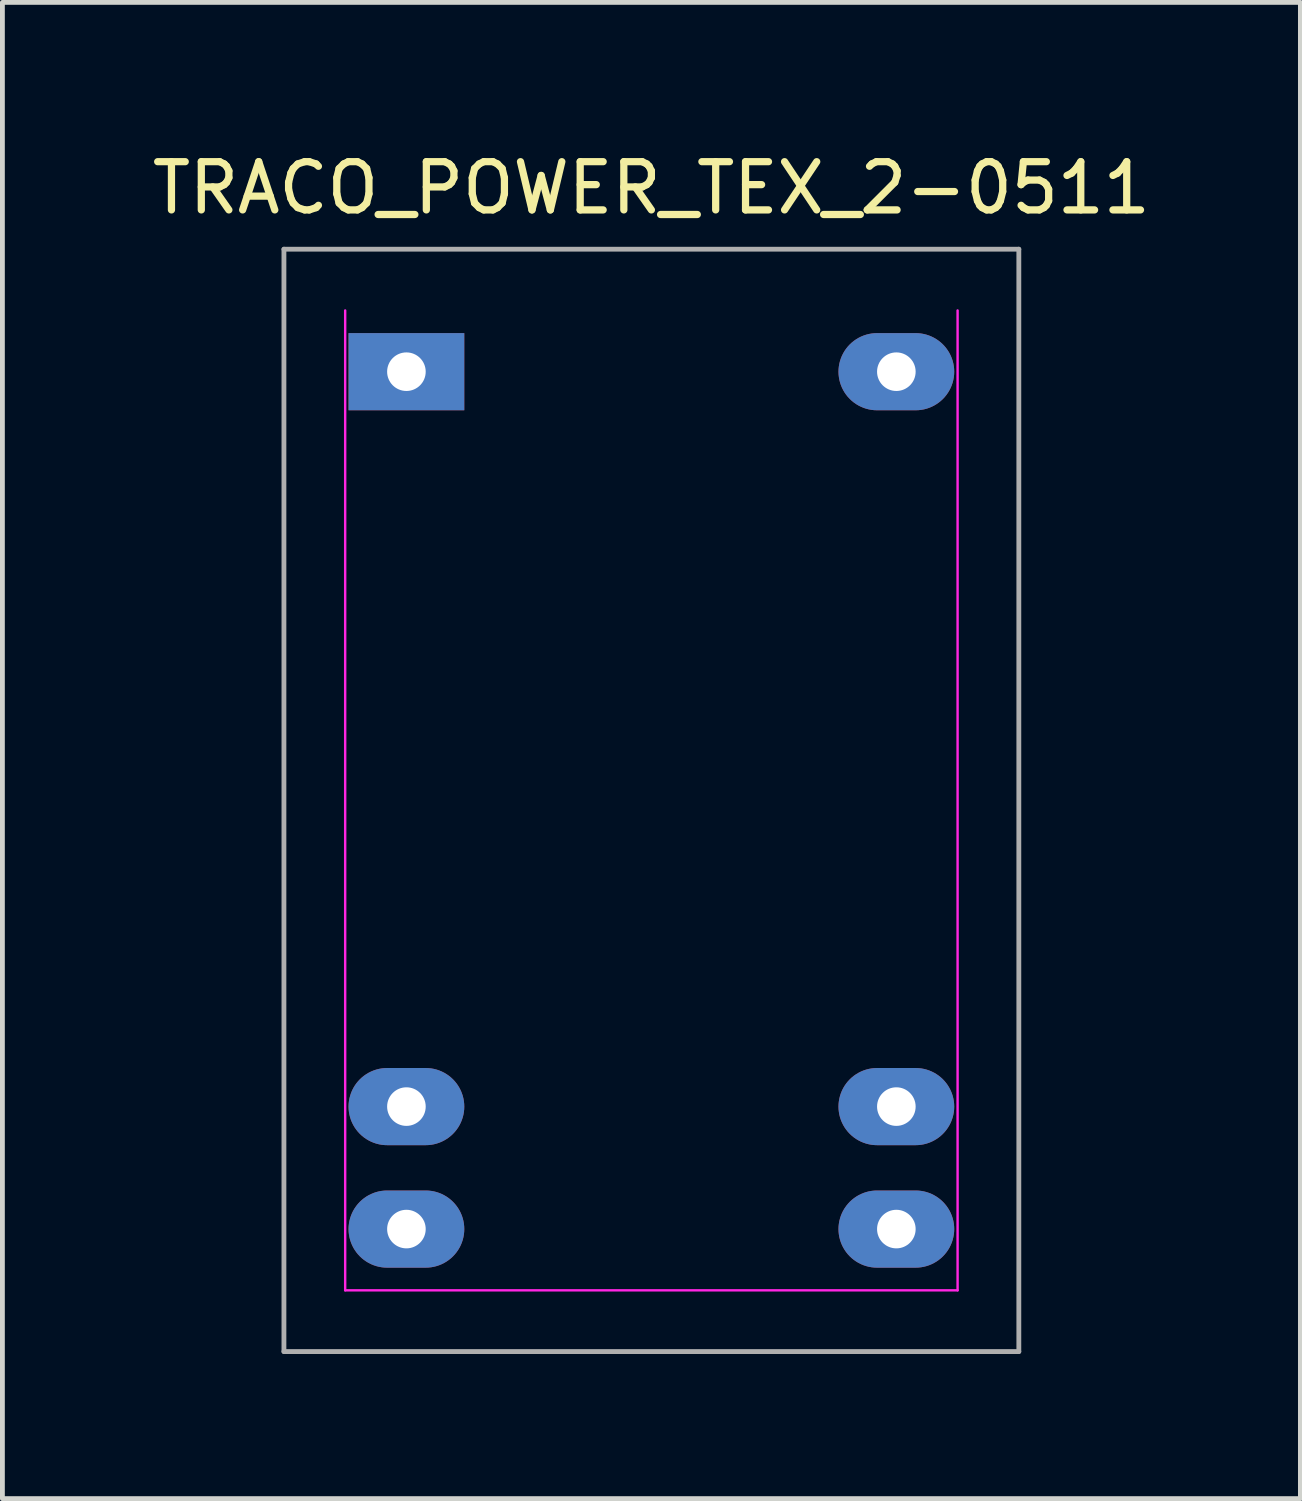
<source format=kicad_pcb>
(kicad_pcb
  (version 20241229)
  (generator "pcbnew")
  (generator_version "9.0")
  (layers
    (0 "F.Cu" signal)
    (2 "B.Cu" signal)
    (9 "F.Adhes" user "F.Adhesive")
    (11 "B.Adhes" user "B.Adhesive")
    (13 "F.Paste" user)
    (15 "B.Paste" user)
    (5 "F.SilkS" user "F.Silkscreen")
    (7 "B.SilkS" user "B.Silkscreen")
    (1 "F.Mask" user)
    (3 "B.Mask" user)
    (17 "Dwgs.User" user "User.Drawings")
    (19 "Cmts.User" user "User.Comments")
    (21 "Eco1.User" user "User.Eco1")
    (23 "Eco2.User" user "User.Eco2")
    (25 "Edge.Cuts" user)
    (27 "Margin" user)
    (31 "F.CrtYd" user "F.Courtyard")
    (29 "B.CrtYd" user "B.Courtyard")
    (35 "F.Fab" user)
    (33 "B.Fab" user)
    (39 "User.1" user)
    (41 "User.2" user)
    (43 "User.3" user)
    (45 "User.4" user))
  (footprint "TRACO_POWER_TEX_2-0511"
    (layer "F.Cu")
    (at 5.378 4.658)
    (property "Reference" "TRACO_POWER_TEX_2-0511" (at 5.08 -3.81 0) (layer "F.SilkS") (effects (font (size 1 1) (thickness 0.15))))
    (attr through_hole)
    (fp_line (start -1.27 -1.27) (end -1.27 19.05) (stroke (width 0.05) (type solid)) (layer "F.CrtYd"))
    (fp_line (start -1.27 19.05) (end 11.43 19.05) (stroke (width 0.05) (type solid)) (layer "F.CrtYd"))
    (fp_line (start 11.43 19.05) (end 11.43 -1.27) (stroke (width 0.05) (type solid)) (layer "F.CrtYd"))
    (fp_line (start -2.54 -2.54) (end 12.7 -2.54) (stroke (width 0.1) (type solid)) (layer "F.Fab"))
    (fp_line (start -2.54 20.32) (end -2.54 -2.54) (stroke (width 0.1) (type solid)) (layer "F.Fab"))
    (fp_line (start 12.7 -2.54) (end 12.7 20.32) (stroke (width 0.1) (type solid)) (layer "F.Fab"))
    (fp_line (start 12.7 20.32) (end -2.54 20.32) (stroke (width 0.1) (type solid)) (layer "F.Fab"))
    (pad "1" thru_hole rect (at 0 0) (size 2.4 1.6) (drill 0.8) (layers "*.Cu" "*.Mask"))
    (pad "7" thru_hole oval (at 0 15.24) (size 2.4 1.6) (drill 0.8) (layers "*.Cu" "*.Mask"))
    (pad "8" thru_hole oval (at 0 17.78) (size 2.4 1.6) (drill 0.8) (layers "*.Cu" "*.Mask"))
    (pad "9" thru_hole oval (at 10.16 17.78) (size 2.4 1.6) (drill 0.8) (layers "*.Cu" "*.Mask"))
    (pad "10" thru_hole oval (at 10.16 15.24) (size 2.4 1.6) (drill 0.8) (layers "*.Cu" "*.Mask"))
    (pad "16" thru_hole oval (at 10.16 0) (size 2.4 1.6) (drill 0.8) (layers "*.Cu" "*.Mask")))
  (gr_rect
    (start -3 -3)
    (end 23.917 28.028)
    (stroke (width 0.1) (type default))
    (fill no)
    (layer "Edge.Cuts")))
</source>
